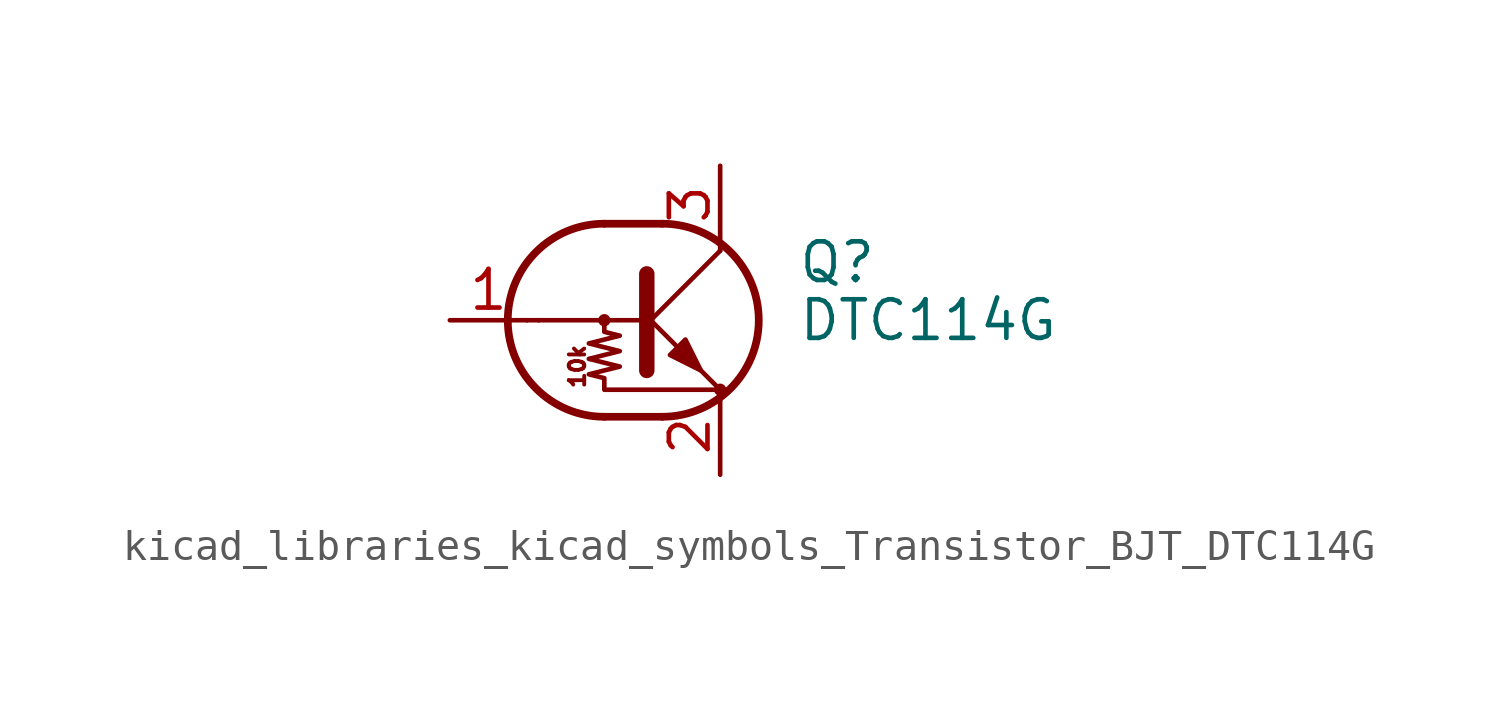
<source format=kicad_sym>
(kicad_symbol_lib
  (version 20220914)
  (generator kicad_symbol_editor)
  (symbol "kicad_libraries_kicad_symbols_Transistor_BJT_DTC114G"
    (pin_names
      (offset 0) hide)
    (property "Reference" "Q"
      (at 5.08 1.905 0)
      (effects (font (size 1.27 1.27)) (justify left)))
    (property "Value" "DTC114G"
      (at 5.08 0 0)
      (effects (font (size 1.27 1.27)) (justify left)))
    (symbol "kicad_libraries_kicad_symbols_Transistor_BJT_DTC114G_0_0"
      (polyline (pts (xy -3.429 0) (xy 0 0)) (stroke (width 0) (type default)) (fill (type none)))
      (text "10k" (at -2.159 -1.524 900) (effects (font (size 0.508 0.508)))))
    (symbol "kicad_libraries_kicad_symbols_Transistor_BJT_DTC114G_0_1"
      (circle (center -1.27 0) (radius 0.127) (stroke (width 0) (type default)) (fill (type none)))
      (arc (start -1.27 3.175) (mid -4.4312 0) (end -1.27 -3.175) (stroke (width 0.254) (type default)) (fill (type none)))
      (polyline (pts (xy -3.429 0) (xy -3.81 0)) (stroke (width 0) (type default)) (fill (type none)))
      (polyline (pts (xy -1.27 -3.175) (xy 0.635 -3.175)) (stroke (width 0.254) (type default)) (fill (type none)))
      (polyline (pts (xy -1.27 3.175) (xy 0.635 3.175)) (stroke (width 0.254) (type default)) (fill (type none)))
      (polyline (pts (xy 0 -0.254) (xy 2.54 2.286)) (stroke (width 0) (type default)) (fill (type none)))
      (polyline (pts (xy 0.127 1.524) (xy 0.127 -1.651)) (stroke (width 0.508) (type default)) (fill (type outline)))
      (polyline (pts (xy 2.54 2.286) (xy 2.54 2.54)) (stroke (width 0) (type default)) (fill (type none)))
      (polyline (pts (xy 2.54 -2.286) (xy 0 0.254) (xy 0 0.254)) (stroke (width 0) (type default)) (fill (type none)))
      (polyline (pts (xy 0.889 -1.143) (xy 1.397 -0.635) (xy 1.905 -1.651) (xy 0.889 -1.143)) (stroke (width 0) (type default)) (fill (type outline)))
      (polyline (pts (xy -1.27 0) (xy -1.27 -0.381) (xy -0.762 -0.508) (xy -1.778 -0.762) (xy -0.762 -1.016) (xy -1.778 -1.27) (xy -0.762 -1.524) (xy -1.778 -1.778) (xy -1.27 -1.905) (xy -1.27 -2.286) (xy 2.54 -2.286)) (stroke (width 0) (type default)) (fill (type none)))
      (arc (start 0.635 -3.175) (mid 3.7962 0) (end 0.635 3.175) (stroke (width 0.254) (type default)) (fill (type none)))
      (circle (center 2.54 -2.286) (radius 0.127) (stroke (width 0) (type default)) (fill (type none))))
    (symbol "kicad_libraries_kicad_symbols_Transistor_BJT_DTC114G_1_1"
      (pin input line (at -6.35 0 0) (length 2.54) (name "B" (effects (font (size 1.27 1.27)))) (number "1" (effects (font (size 1.27 1.27)))))
      (pin passive line (at 2.54 -5.08 90) (length 2.54) (name "E" (effects (font (size 1.27 1.27)))) (number "2" (effects (font (size 1.27 1.27)))))
      (pin passive line (at 2.54 5.08 270) (length 2.54) (name "C" (effects (font (size 1.27 1.27)))) (number "3" (effects (font (size 1.27 1.27))))))))
</source>
